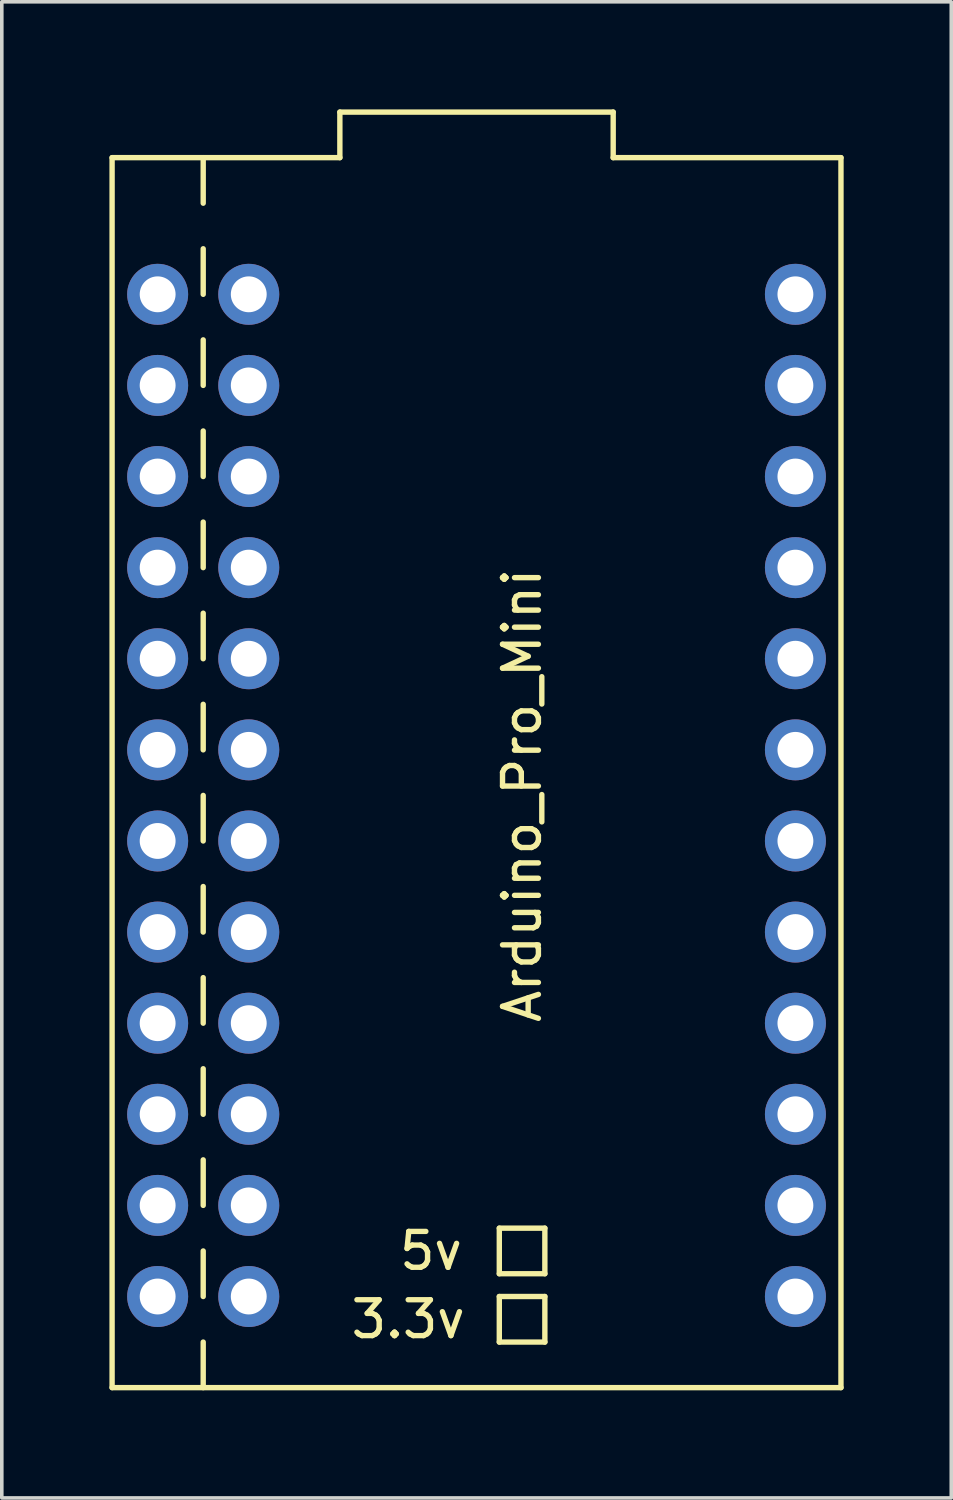
<source format=kicad_pcb>
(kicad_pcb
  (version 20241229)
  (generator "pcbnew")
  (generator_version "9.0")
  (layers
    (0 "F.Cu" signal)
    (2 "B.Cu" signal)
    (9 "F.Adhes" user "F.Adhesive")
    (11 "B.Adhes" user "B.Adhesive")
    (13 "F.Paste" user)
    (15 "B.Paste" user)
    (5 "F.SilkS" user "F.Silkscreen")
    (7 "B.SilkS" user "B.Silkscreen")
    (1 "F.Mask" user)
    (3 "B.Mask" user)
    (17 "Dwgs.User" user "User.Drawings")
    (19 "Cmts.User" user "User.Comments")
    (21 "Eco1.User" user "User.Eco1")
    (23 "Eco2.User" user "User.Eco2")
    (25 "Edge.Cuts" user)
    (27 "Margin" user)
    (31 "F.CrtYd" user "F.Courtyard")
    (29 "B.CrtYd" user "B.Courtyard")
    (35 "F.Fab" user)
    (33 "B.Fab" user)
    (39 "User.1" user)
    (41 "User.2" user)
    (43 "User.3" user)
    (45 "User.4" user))
  (footprint "Arduino_Pro_Mini"
    (layer "F.Cu")
    (at 10.235 19.125)
    (property "Reference" "Arduino_Pro_Mini" (at 1.27 0 90) (layer "F.SilkS") (effects (font (size 1 1) (thickness 0.15))))
    (attr through_hole)
    (fp_line (start -10.16 -17.78) (end -10.16 16.51) (stroke (width 0.15) (type solid)) (layer "F.SilkS"))
    (fp_line (start -10.16 -17.78) (end -3.81 -17.78) (stroke (width 0.15) (type solid)) (layer "F.SilkS"))
    (fp_line (start -10.16 16.51) (end 10.16 16.51) (stroke (width 0.15) (type solid)) (layer "F.SilkS"))
    (fp_line (start -7.62 -17.78) (end -7.62 -16.51) (stroke (width 0.15) (type solid)) (layer "F.SilkS"))
    (fp_line (start -7.62 -15.24) (end -7.62 -13.97) (stroke (width 0.15) (type solid)) (layer "F.SilkS"))
    (fp_line (start -7.62 -12.7) (end -7.62 -11.43) (stroke (width 0.15) (type solid)) (layer "F.SilkS"))
    (fp_line (start -7.62 -10.16) (end -7.62 -8.89) (stroke (width 0.15) (type solid)) (layer "F.SilkS"))
    (fp_line (start -7.62 -7.62) (end -7.62 -6.35) (stroke (width 0.15) (type solid)) (layer "F.SilkS"))
    (fp_line (start -7.62 -5.08) (end -7.62 -3.81) (stroke (width 0.15) (type solid)) (layer "F.SilkS"))
    (fp_line (start -7.62 -2.54) (end -7.62 -1.27) (stroke (width 0.15) (type solid)) (layer "F.SilkS"))
    (fp_line (start -7.62 0) (end -7.62 1.27) (stroke (width 0.15) (type solid)) (layer "F.SilkS"))
    (fp_line (start -7.62 2.54) (end -7.62 3.81) (stroke (width 0.15) (type solid)) (layer "F.SilkS"))
    (fp_line (start -7.62 5.08) (end -7.62 6.35) (stroke (width 0.15) (type solid)) (layer "F.SilkS"))
    (fp_line (start -7.62 7.62) (end -7.62 8.89) (stroke (width 0.15) (type solid)) (layer "F.SilkS"))
    (fp_line (start -7.62 10.16) (end -7.62 11.43) (stroke (width 0.15) (type solid)) (layer "F.SilkS"))
    (fp_line (start -7.62 12.7) (end -7.62 13.97) (stroke (width 0.15) (type solid)) (layer "F.SilkS"))
    (fp_line (start -7.62 15.24) (end -7.62 16.51) (stroke (width 0.15) (type solid)) (layer "F.SilkS"))
    (fp_line (start -3.81 -19.05) (end 3.81 -19.05) (stroke (width 0.15) (type solid)) (layer "F.SilkS"))
    (fp_line (start -3.81 -17.78) (end -3.81 -19.05) (stroke (width 0.15) (type solid)) (layer "F.SilkS"))
    (fp_line (start 0.635 12.065) (end 0.635 13.335) (stroke (width 0.15) (type solid)) (layer "F.SilkS"))
    (fp_line (start 0.635 13.335) (end 1.905 13.335) (stroke (width 0.15) (type solid)) (layer "F.SilkS"))
    (fp_line (start 0.635 13.97) (end 0.635 15.24) (stroke (width 0.15) (type solid)) (layer "F.SilkS"))
    (fp_line (start 0.635 15.24) (end 1.905 15.24) (stroke (width 0.15) (type solid)) (layer "F.SilkS"))
    (fp_line (start 1.905 12.065) (end 0.635 12.065) (stroke (width 0.15) (type solid)) (layer "F.SilkS"))
    (fp_line (start 1.905 13.335) (end 1.905 12.065) (stroke (width 0.15) (type solid)) (layer "F.SilkS"))
    (fp_line (start 1.905 13.97) (end 0.635 13.97) (stroke (width 0.15) (type solid)) (layer "F.SilkS"))
    (fp_line (start 1.905 15.24) (end 1.905 13.97) (stroke (width 0.15) (type solid)) (layer "F.SilkS"))
    (fp_line (start 3.81 -19.05) (end 3.81 -17.78) (stroke (width 0.15) (type solid)) (layer "F.SilkS"))
    (fp_line (start 3.81 -17.78) (end 10.16 -17.78) (stroke (width 0.15) (type solid)) (layer "F.SilkS"))
    (fp_line (start 10.16 16.51) (end 10.16 -17.78) (stroke (width 0.15) (type solid)) (layer "F.SilkS"))
    (fp_text user "5v" (at -1.27 12.7 0) (layer "F.SilkS") (effects (font (size 1 1) (thickness 0.15))))
    (fp_text user "3.3v" (at -1.905 14.605 0) (layer "F.SilkS") (effects (font (size 1 1) (thickness 0.15))))
    (pad "1" thru_hole circle (at -8.89 -13.97) (size 1.7 1.7) (drill 1) (layers "*.Cu" "*.Mask"))
    (pad "1" thru_hole circle (at -6.35 -13.97) (size 1.7 1.7) (drill 1) (layers "*.Cu" "*.Mask"))
    (pad "2" thru_hole circle (at -8.89 -11.43) (size 1.7 1.7) (drill 1) (layers "*.Cu" "*.Mask"))
    (pad "2" thru_hole circle (at -6.35 -11.43) (size 1.7 1.7) (drill 1) (layers "*.Cu" "*.Mask"))
    (pad "3" thru_hole circle (at -8.89 -8.89) (size 1.7 1.7) (drill 1) (layers "*.Cu" "*.Mask"))
    (pad "3" thru_hole circle (at -6.35 -8.89) (size 1.7 1.7) (drill 1) (layers "*.Cu" "*.Mask"))
    (pad "4" thru_hole circle (at -8.89 -6.35) (size 1.7 1.7) (drill 1) (layers "*.Cu" "*.Mask"))
    (pad "4" thru_hole circle (at -6.35 -6.35) (size 1.7 1.7) (drill 1) (layers "*.Cu" "*.Mask"))
    (pad "5" thru_hole circle (at -8.89 -3.81) (size 1.7 1.7) (drill 1) (layers "*.Cu" "*.Mask"))
    (pad "5" thru_hole circle (at -6.35 -3.81) (size 1.7 1.7) (drill 1) (layers "*.Cu" "*.Mask"))
    (pad "6" thru_hole circle (at -8.89 -1.27) (size 1.7 1.7) (drill 1) (layers "*.Cu" "*.Mask"))
    (pad "6" thru_hole circle (at -6.35 -1.27) (size 1.7 1.7) (drill 1) (layers "*.Cu" "*.Mask"))
    (pad "7" thru_hole circle (at -8.89 1.27) (size 1.7 1.7) (drill 1) (layers "*.Cu" "*.Mask"))
    (pad "7" thru_hole circle (at -6.35 1.27) (size 1.7 1.7) (drill 1) (layers "*.Cu" "*.Mask"))
    (pad "8" thru_hole circle (at -8.89 3.81) (size 1.7 1.7) (drill 1) (layers "*.Cu" "*.Mask"))
    (pad "8" thru_hole circle (at -6.35 3.81) (size 1.7 1.7) (drill 1) (layers "*.Cu" "*.Mask"))
    (pad "9" thru_hole circle (at -8.89 6.35) (size 1.7 1.7) (drill 1) (layers "*.Cu" "*.Mask"))
    (pad "9" thru_hole circle (at -6.35 6.35) (size 1.7 1.7) (drill 1) (layers "*.Cu" "*.Mask"))
    (pad "10" thru_hole circle (at -8.89 8.89) (size 1.7 1.7) (drill 1) (layers "*.Cu" "*.Mask"))
    (pad "10" thru_hole circle (at -6.35 8.89) (size 1.7 1.7) (drill 1) (layers "*.Cu" "*.Mask"))
    (pad "11" thru_hole circle (at -8.89 11.43) (size 1.7 1.7) (drill 1) (layers "*.Cu" "*.Mask"))
    (pad "11" thru_hole circle (at -6.35 11.43) (size 1.7 1.7) (drill 1) (layers "*.Cu" "*.Mask"))
    (pad "12" thru_hole circle (at -8.89 13.97) (size 1.7 1.7) (drill 1) (layers "*.Cu" "*.Mask"))
    (pad "12" thru_hole circle (at -6.35 13.97) (size 1.7 1.7) (drill 1) (layers "*.Cu" "*.Mask"))
    (pad "13" thru_hole circle (at 8.89 13.97) (size 1.7 1.7) (drill 1) (layers "*.Cu" "*.Mask"))
    (pad "14" thru_hole circle (at 8.89 11.43) (size 1.7 1.7) (drill 1) (layers "*.Cu" "*.Mask"))
    (pad "15" thru_hole circle (at 8.89 8.89) (size 1.7 1.7) (drill 1) (layers "*.Cu" "*.Mask"))
    (pad "16" thru_hole circle (at 8.89 6.35) (size 1.7 1.7) (drill 1) (layers "*.Cu" "*.Mask"))
    (pad "17" thru_hole circle (at 8.89 3.81) (size 1.7 1.7) (drill 1) (layers "*.Cu" "*.Mask"))
    (pad "18" thru_hole circle (at 8.89 1.27) (size 1.7 1.7) (drill 1) (layers "*.Cu" "*.Mask"))
    (pad "19" thru_hole circle (at 8.89 -1.27) (size 1.7 1.7) (drill 1) (layers "*.Cu" "*.Mask"))
    (pad "20" thru_hole circle (at 8.89 -3.81) (size 1.7 1.7) (drill 1) (layers "*.Cu" "*.Mask"))
    (pad "21" thru_hole circle (at 8.89 -6.35) (size 1.7 1.7) (drill 1) (layers "*.Cu" "*.Mask"))
    (pad "22" thru_hole circle (at 8.89 -8.89) (size 1.7 1.7) (drill 1) (layers "*.Cu" "*.Mask"))
    (pad "23" thru_hole circle (at 8.89 -11.43) (size 1.7 1.7) (drill 1) (layers "*.Cu" "*.Mask"))
    (pad "24" thru_hole circle (at 8.89 -13.97) (size 1.7 1.7) (drill 1) (layers "*.Cu" "*.Mask")))
  (gr_rect
    (start -3 -3)
    (end 23.47 38.71)
    (stroke (width 0.1) (type default))
    (fill no)
    (layer "Edge.Cuts")))
</source>
